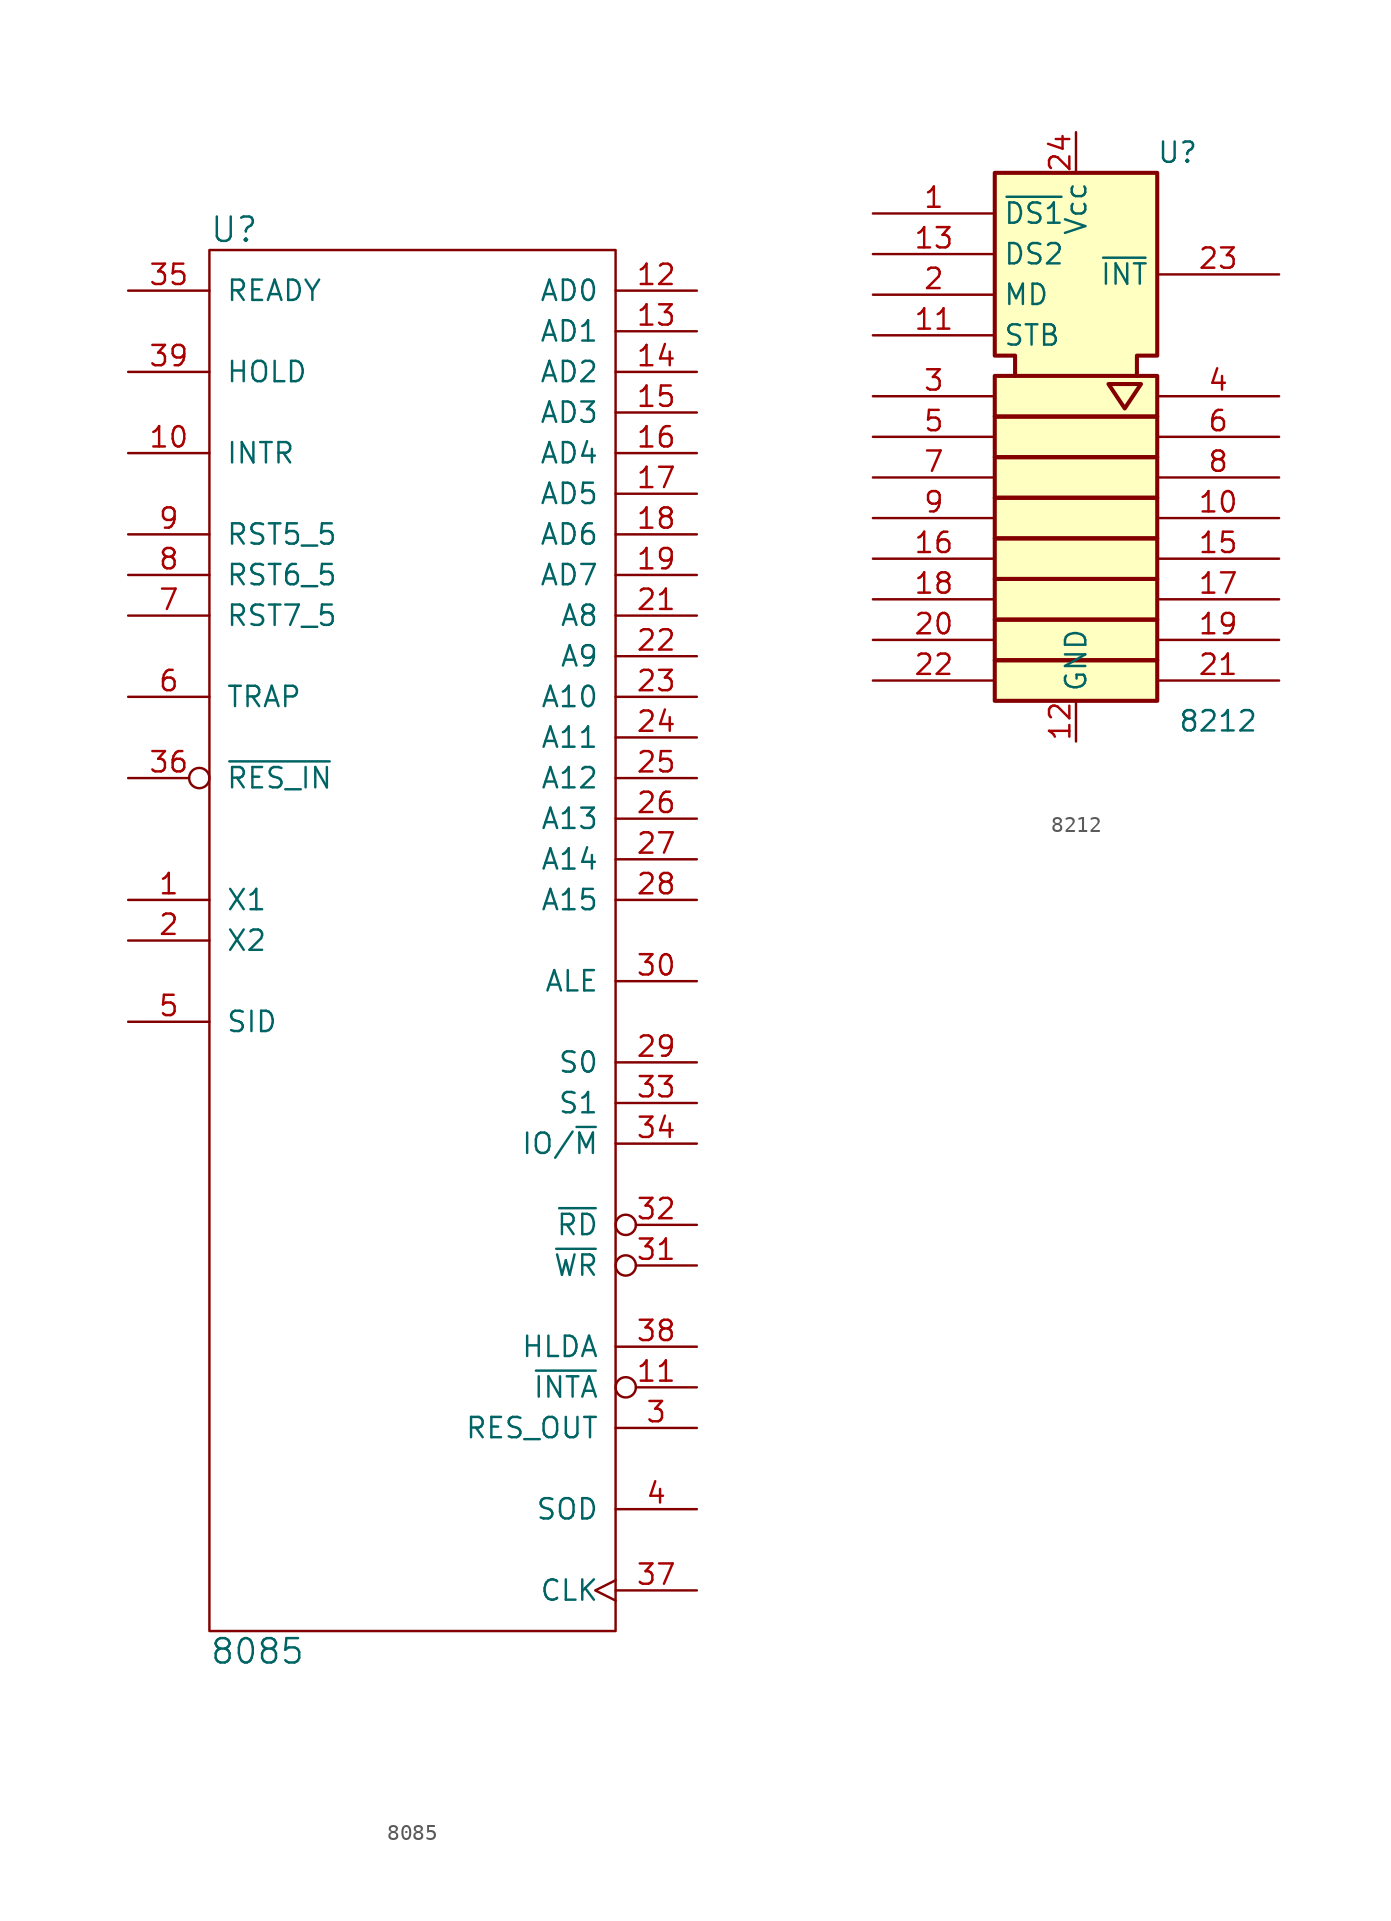
<source format=kicad_sym>
(kicad_symbol_lib
  (version 20220914)
  (generator kicad_symbol_editor)
  (symbol "8085"
    (pin_names
      (offset 1.016))
    (property "Reference" "U"
      (at -12.7 44.45 0)
      (effects (font (size 1.524 1.524)) (justify left)))
    (property "Value" "8085"
      (at -12.7 -44.45 0)
      (effects (font (size 1.524 1.524)) (justify left)))
    (property "Footprint" ""
      (at 0 1.27 0)
      (effects (font (size 1.524 1.524))))
    (property "Datasheet" ""
      (at 0 1.27 0)
      (effects (font (size 1.524 1.524))))
    (symbol "8085_0_1"
      (rectangle (start -12.7 43.18) (end 12.7 -43.18) (stroke (width 0) (type solid)) (fill (type none))))
    (symbol "8085_1_1"
      (pin input line (at -17.78 2.54 0) (length 5.08) (name "X1" (effects (font (size 1.27 1.27)))) (number "1" (effects (font (size 1.27 1.27)))))
      (pin input line (at -17.78 30.48 0) (length 5.08) (name "INTR" (effects (font (size 1.27 1.27)))) (number "10" (effects (font (size 1.27 1.27)))))
      (pin output inverted (at 17.78 -27.94 180) (length 5.08) (name "~{INTA}" (effects (font (size 1.27 1.27)))) (number "11" (effects (font (size 1.27 1.27)))))
      (pin tri_state line (at 17.78 40.64 180) (length 5.08) (name "AD0" (effects (font (size 1.27 1.27)))) (number "12" (effects (font (size 1.27 1.27)))))
      (pin tri_state line (at 17.78 38.1 180) (length 5.08) (name "AD1" (effects (font (size 1.27 1.27)))) (number "13" (effects (font (size 1.27 1.27)))))
      (pin tri_state line (at 17.78 35.56 180) (length 5.08) (name "AD2" (effects (font (size 1.27 1.27)))) (number "14" (effects (font (size 1.27 1.27)))))
      (pin tri_state line (at 17.78 33.02 180) (length 5.08) (name "AD3" (effects (font (size 1.27 1.27)))) (number "15" (effects (font (size 1.27 1.27)))))
      (pin tri_state line (at 17.78 30.48 180) (length 5.08) (name "AD4" (effects (font (size 1.27 1.27)))) (number "16" (effects (font (size 1.27 1.27)))))
      (pin tri_state line (at 17.78 27.94 180) (length 5.08) (name "AD5" (effects (font (size 1.27 1.27)))) (number "17" (effects (font (size 1.27 1.27)))))
      (pin tri_state line (at 17.78 25.4 180) (length 5.08) (name "AD6" (effects (font (size 1.27 1.27)))) (number "18" (effects (font (size 1.27 1.27)))))
      (pin tri_state line (at 17.78 22.86 180) (length 5.08) (name "AD7" (effects (font (size 1.27 1.27)))) (number "19" (effects (font (size 1.27 1.27)))))
      (pin input line (at -17.78 0 0) (length 5.08) (name "X2" (effects (font (size 1.27 1.27)))) (number "2" (effects (font (size 1.27 1.27)))))
      (pin power_in line (at 0 -43.18 90) (length 0) hide (name "GND" (effects (font (size 1.27 1.27)))) (number "20" (effects (font (size 1.27 1.27)))))
      (pin tri_state line (at 17.78 20.32 180) (length 5.08) (name "A8" (effects (font (size 1.27 1.27)))) (number "21" (effects (font (size 1.27 1.27)))))
      (pin tri_state line (at 17.78 17.78 180) (length 5.08) (name "A9" (effects (font (size 1.27 1.27)))) (number "22" (effects (font (size 1.27 1.27)))))
      (pin tri_state line (at 17.78 15.24 180) (length 5.08) (name "A10" (effects (font (size 1.27 1.27)))) (number "23" (effects (font (size 1.27 1.27)))))
      (pin tri_state line (at 17.78 12.7 180) (length 5.08) (name "A11" (effects (font (size 1.27 1.27)))) (number "24" (effects (font (size 1.27 1.27)))))
      (pin tri_state line (at 17.78 10.16 180) (length 5.08) (name "A12" (effects (font (size 1.27 1.27)))) (number "25" (effects (font (size 1.27 1.27)))))
      (pin tri_state line (at 17.78 7.62 180) (length 5.08) (name "A13" (effects (font (size 1.27 1.27)))) (number "26" (effects (font (size 1.27 1.27)))))
      (pin tri_state line (at 17.78 5.08 180) (length 5.08) (name "A14" (effects (font (size 1.27 1.27)))) (number "27" (effects (font (size 1.27 1.27)))))
      (pin tri_state line (at 17.78 2.54 180) (length 5.08) (name "A15" (effects (font (size 1.27 1.27)))) (number "28" (effects (font (size 1.27 1.27)))))
      (pin output line (at 17.78 -7.62 180) (length 5.08) (name "S0" (effects (font (size 1.27 1.27)))) (number "29" (effects (font (size 1.27 1.27)))))
      (pin output line (at 17.78 -30.48 180) (length 5.08) (name "RES_OUT" (effects (font (size 1.27 1.27)))) (number "3" (effects (font (size 1.27 1.27)))))
      (pin output line (at 17.78 -2.54 180) (length 5.08) (name "ALE" (effects (font (size 1.27 1.27)))) (number "30" (effects (font (size 1.27 1.27)))))
      (pin output inverted (at 17.78 -20.32 180) (length 5.08) (name "~{WR}" (effects (font (size 1.27 1.27)))) (number "31" (effects (font (size 1.27 1.27)))))
      (pin output inverted (at 17.78 -17.78 180) (length 5.08) (name "~{RD}" (effects (font (size 1.27 1.27)))) (number "32" (effects (font (size 1.27 1.27)))))
      (pin output line (at 17.78 -10.16 180) (length 5.08) (name "S1" (effects (font (size 1.27 1.27)))) (number "33" (effects (font (size 1.27 1.27)))))
      (pin output line (at 17.78 -12.7 180) (length 5.08) (name "IO/~{M}" (effects (font (size 1.27 1.27)))) (number "34" (effects (font (size 1.27 1.27)))))
      (pin input line (at -17.78 40.64 0) (length 5.08) (name "READY" (effects (font (size 1.27 1.27)))) (number "35" (effects (font (size 1.27 1.27)))))
      (pin input inverted (at -17.78 10.16 0) (length 5.08) (name "~{RES_IN}" (effects (font (size 1.27 1.27)))) (number "36" (effects (font (size 1.27 1.27)))))
      (pin output clock (at 17.78 -40.64 180) (length 5.08) (name "CLK" (effects (font (size 1.27 1.27)))) (number "37" (effects (font (size 1.27 1.27)))))
      (pin output line (at 17.78 -25.4 180) (length 5.08) (name "HLDA" (effects (font (size 1.27 1.27)))) (number "38" (effects (font (size 1.27 1.27)))))
      (pin input line (at -17.78 35.56 0) (length 5.08) (name "HOLD" (effects (font (size 1.27 1.27)))) (number "39" (effects (font (size 1.27 1.27)))))
      (pin output line (at 17.78 -35.56 180) (length 5.08) (name "SOD" (effects (font (size 1.27 1.27)))) (number "4" (effects (font (size 1.27 1.27)))))
      (pin power_in line (at 0 43.18 270) (length 0) hide (name "VCC" (effects (font (size 1.27 1.27)))) (number "40" (effects (font (size 1.27 1.27)))))
      (pin input line (at -17.78 -5.08 0) (length 5.08) (name "SID" (effects (font (size 1.27 1.27)))) (number "5" (effects (font (size 1.27 1.27)))))
      (pin input line (at -17.78 15.24 0) (length 5.08) (name "TRAP" (effects (font (size 1.27 1.27)))) (number "6" (effects (font (size 1.27 1.27)))))
      (pin input line (at -17.78 20.32 0) (length 5.08) (name "RST7_5" (effects (font (size 1.27 1.27)))) (number "7" (effects (font (size 1.27 1.27)))))
      (pin input line (at -17.78 22.86 0) (length 5.08) (name "RST6_5" (effects (font (size 1.27 1.27)))) (number "8" (effects (font (size 1.27 1.27)))))
      (pin input line (at -17.78 25.4 0) (length 5.08) (name "RST5_5" (effects (font (size 1.27 1.27)))) (number "9" (effects (font (size 1.27 1.27)))))))
  (symbol "8212"
    (property "Reference" "U"
      (at 6.35 19.05 0)
      (effects (font (size 1.27 1.27))))
    (property "Value" "8212"
      (at 8.89 -16.51 0)
      (effects (font (size 1.27 1.27))))
    (symbol "8212_0_1"
      (rectangle (start -5.08 -12.7) (end 5.08 -15.24) (stroke (width 0.254) (type default)) (fill (type background)))
      (rectangle (start -5.08 -10.16) (end 5.08 -12.7) (stroke (width 0.254) (type default)) (fill (type background)))
      (rectangle (start -5.08 -7.62) (end 5.08 -10.16) (stroke (width 0.254) (type default)) (fill (type background)))
      (rectangle (start -5.08 -5.08) (end 5.08 -7.62) (stroke (width 0.254) (type default)) (fill (type background)))
      (rectangle (start -5.08 -2.54) (end 5.08 -5.08) (stroke (width 0.254) (type default)) (fill (type background)))
      (rectangle (start -5.08 0) (end 5.08 -2.54) (stroke (width 0.254) (type default)) (fill (type background)))
      (rectangle (start -5.08 2.54) (end 5.08 0) (stroke (width 0.254) (type default)) (fill (type background)))
      (rectangle (start -5.08 5.08) (end 5.08 2.54) (stroke (width 0.254) (type default)) (fill (type background)))
      (polyline (pts (xy 2.032 4.572) (xy 4.064 4.572) (xy 3.048 3.048) (xy 2.032 4.572) (xy 2.032 4.572)) (stroke (width 0.254) (type default)) (fill (type background)))
      (polyline (pts (xy -3.81 5.08) (xy -3.81 6.35) (xy -5.08 6.35) (xy -5.08 17.78) (xy 5.08 17.78) (xy 5.08 6.35) (xy 3.81 6.35) (xy 3.81 5.08) (xy 3.81 5.08)) (stroke (width 0.254) (type default)) (fill (type background))))
    (symbol "8212_1_0"
      (pin input line (at -12.7 15.24 0) (length 7.62) (name "~{DS1}" (effects (font (size 1.27 1.27)))) (number "1" (effects (font (size 1.27 1.27)))))
      (pin tri_state line (at 12.7 -3.81 180) (length 7.62) (name "~" (effects (font (size 1.27 1.27)))) (number "10" (effects (font (size 1.27 1.27)))))
      (pin input line (at -12.7 7.62 0) (length 7.62) (name "STB" (effects (font (size 1.27 1.27)))) (number "11" (effects (font (size 1.27 1.27)))))
      (pin power_in line (at 0 -17.78 90) (length 2.54) (name "GND" (effects (font (size 1.27 1.27)))) (number "12" (effects (font (size 1.27 1.27)))))
      (pin input line (at -12.7 12.7 0) (length 7.62) (name "DS2" (effects (font (size 1.27 1.27)))) (number "13" (effects (font (size 1.27 1.27)))))
      (pin tri_state line (at 12.7 -6.35 180) (length 7.62) (name "~" (effects (font (size 1.27 1.27)))) (number "15" (effects (font (size 1.27 1.27)))))
      (pin input line (at -12.7 -6.35 0) (length 7.62) (name "~" (effects (font (size 1.27 1.27)))) (number "16" (effects (font (size 1.27 1.27)))))
      (pin tri_state line (at 12.7 -8.89 180) (length 7.62) (name "~" (effects (font (size 1.27 1.27)))) (number "17" (effects (font (size 1.27 1.27)))))
      (pin input line (at -12.7 -8.89 0) (length 7.62) (name "~" (effects (font (size 1.27 1.27)))) (number "18" (effects (font (size 1.27 1.27)))))
      (pin tri_state line (at 12.7 -11.43 180) (length 7.62) (name "~" (effects (font (size 1.27 1.27)))) (number "19" (effects (font (size 1.27 1.27)))))
      (pin input line (at -12.7 10.16 0) (length 7.62) (name "MD" (effects (font (size 1.27 1.27)))) (number "2" (effects (font (size 1.27 1.27)))))
      (pin input line (at -12.7 -11.43 0) (length 7.62) (name "~" (effects (font (size 1.27 1.27)))) (number "20" (effects (font (size 1.27 1.27)))))
      (pin tri_state line (at 12.7 -13.97 180) (length 7.62) (name "~" (effects (font (size 1.27 1.27)))) (number "21" (effects (font (size 1.27 1.27)))))
      (pin input line (at -12.7 -13.97 0) (length 7.62) (name "~" (effects (font (size 1.27 1.27)))) (number "22" (effects (font (size 1.27 1.27)))))
      (pin output line (at 12.7 11.43 180) (length 7.62) (name "~{INT}" (effects (font (size 1.27 1.27)))) (number "23" (effects (font (size 1.27 1.27)))))
      (pin power_in line (at 0 20.32 270) (length 2.54) (name "Vcc" (effects (font (size 1.27 1.27)))) (number "24" (effects (font (size 1.27 1.27)))))
      (pin input line (at -12.7 3.81 0) (length 7.62) (name "~" (effects (font (size 1.27 1.27)))) (number "3" (effects (font (size 1.27 1.27)))))
      (pin tri_state line (at 12.7 3.81 180) (length 7.62) (name "~" (effects (font (size 1.27 1.27)))) (number "4" (effects (font (size 1.27 1.27)))))
      (pin input line (at -12.7 1.27 0) (length 7.62) (name "~" (effects (font (size 1.27 1.27)))) (number "5" (effects (font (size 1.27 1.27)))))
      (pin tri_state line (at 12.7 1.27 180) (length 7.62) (name "~" (effects (font (size 1.27 1.27)))) (number "6" (effects (font (size 1.27 1.27)))))
      (pin input line (at -12.7 -1.27 0) (length 7.62) (name "~" (effects (font (size 1.27 1.27)))) (number "7" (effects (font (size 1.27 1.27)))))
      (pin tri_state line (at 12.7 -1.27 180) (length 7.62) (name "~" (effects (font (size 1.27 1.27)))) (number "8" (effects (font (size 1.27 1.27)))))
      (pin input line (at -12.7 -3.81 0) (length 7.62) (name "~" (effects (font (size 1.27 1.27)))) (number "9" (effects (font (size 1.27 1.27))))))))
</source>
